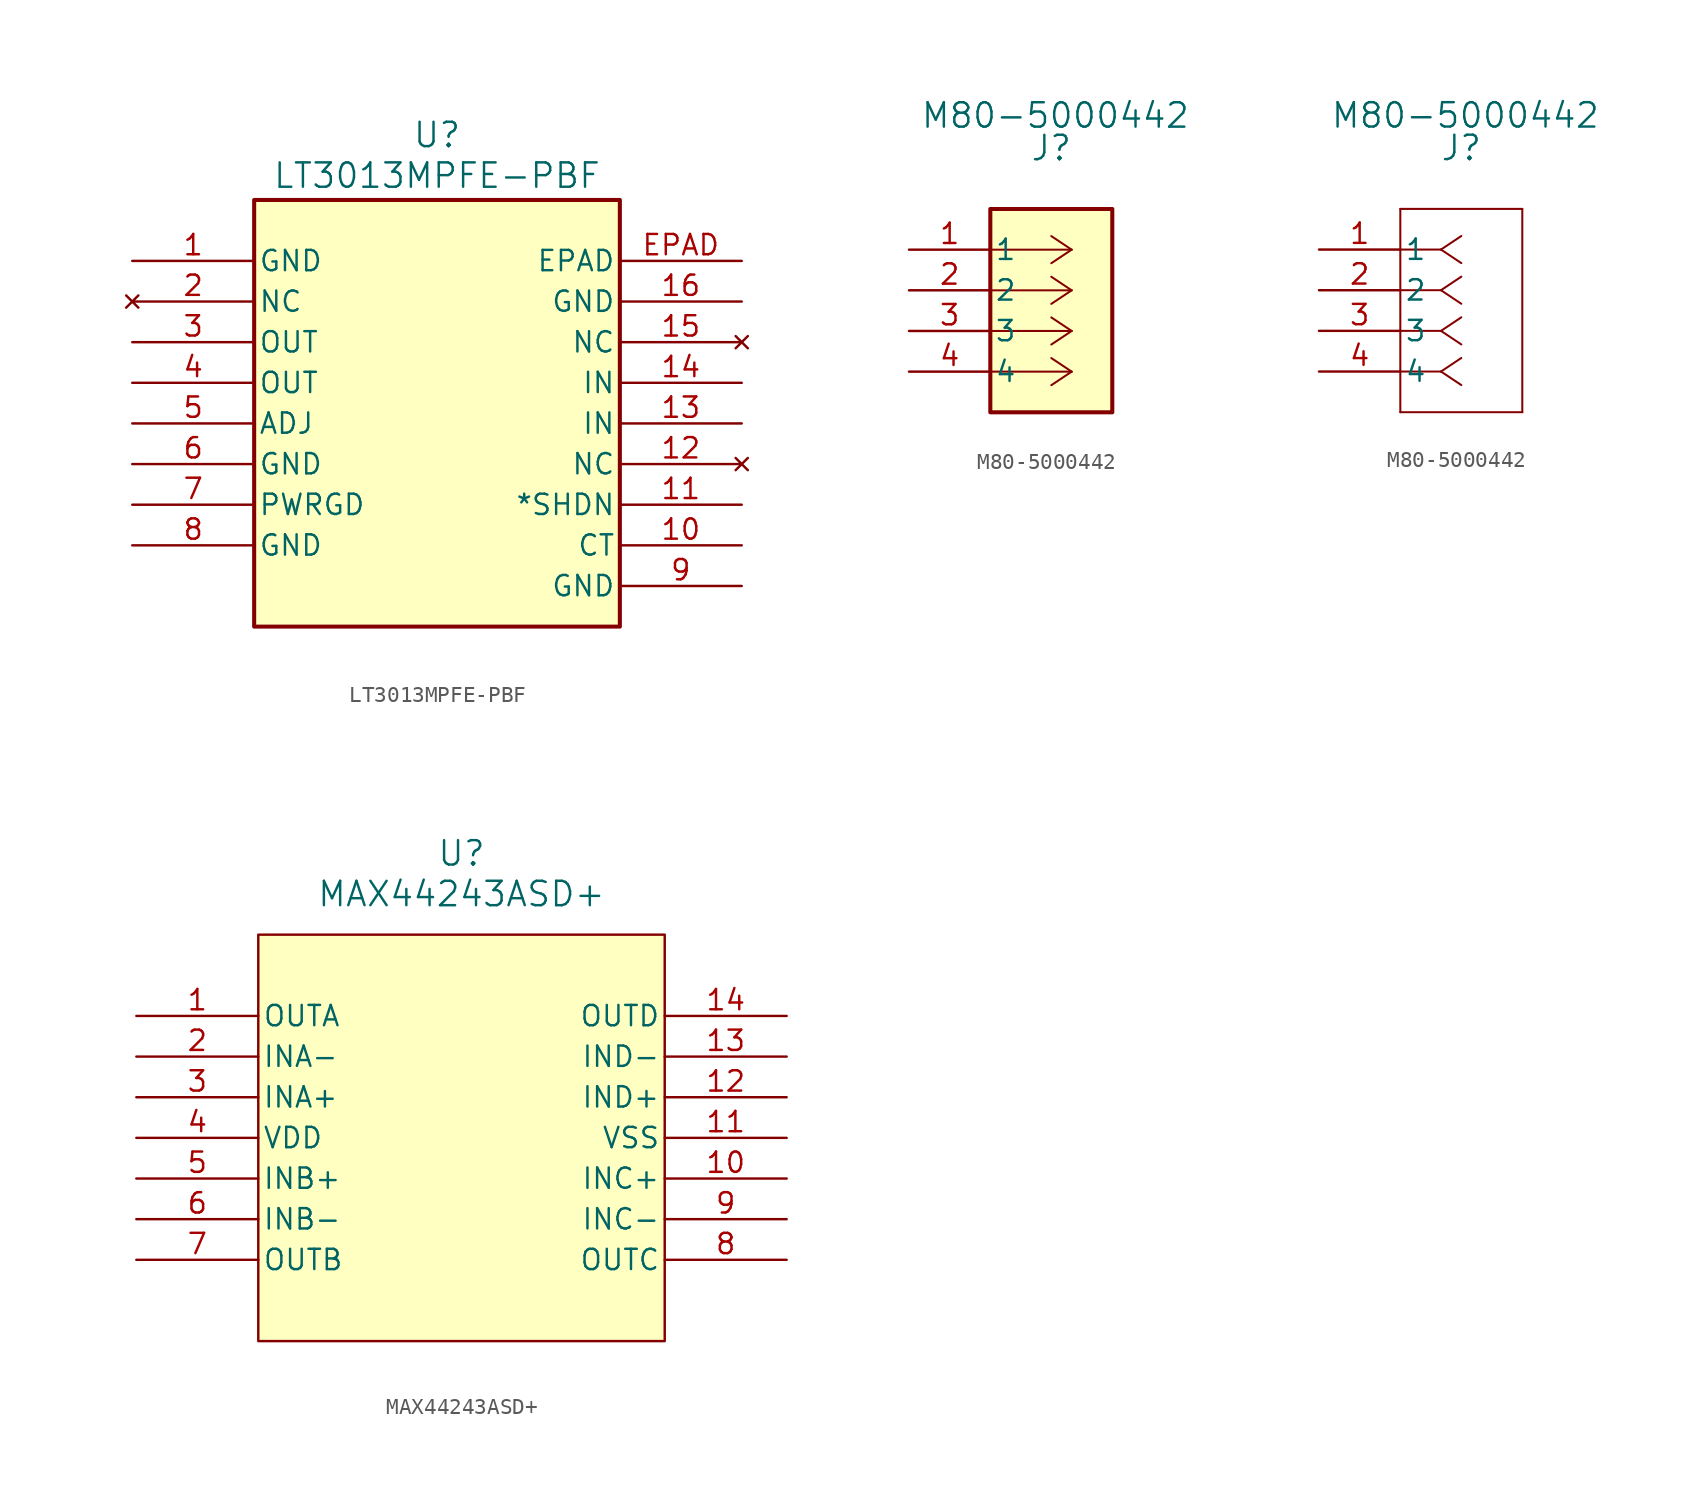
<source format=kicad_sym>
(kicad_symbol_lib
  (version 20241209)
  (generator "kicad_symbol_editor")
  (generator_version "9.0")
  (symbol "LT3013MPFE-PBF"
    (pin_names
      (offset 0.254))
    (property "Reference" "U"
      (at 36.83 35.814 0)
      (effects (font (size 1.524 1.524))))
    (property "Value" "LT3013MPFE-PBF"
      (at 36.83 33.274 0)
      (effects (font (size 1.524 1.524))))
    (symbol "LT3013MPFE-PBF_0_1"
      (pin power_in line (at 17.78 27.94 0) (length 7.62) (name "GND" (effects (font (size 1.27 1.27)))) (number "1" (effects (font (size 1.27 1.27)))))
      (pin no_connect line (at 17.78 25.4 0) (length 7.62) (name "NC" (effects (font (size 1.27 1.27)))) (number "2" (effects (font (size 1.27 1.27)))))
      (pin input line (at 17.78 17.78 0) (length 7.62) (name "ADJ" (effects (font (size 1.27 1.27)))) (number "5" (effects (font (size 1.27 1.27)))))
      (pin power_in line (at 17.78 15.24 0) (length 7.62) (name "GND" (effects (font (size 1.27 1.27)))) (number "6" (effects (font (size 1.27 1.27)))))
      (pin power_in line (at 17.78 10.16 0) (length 7.62) (name "GND" (effects (font (size 1.27 1.27)))) (number "8" (effects (font (size 1.27 1.27)))))
      (pin power_in line (at 55.88 25.4 180) (length 7.62) (name "GND" (effects (font (size 1.27 1.27)))) (number "16" (effects (font (size 1.27 1.27)))))
      (pin no_connect line (at 55.88 22.86 180) (length 7.62) (name "NC" (effects (font (size 1.27 1.27)))) (number "15" (effects (font (size 1.27 1.27)))))
      (pin input line (at 55.88 20.32 180) (length 7.62) (name "IN" (effects (font (size 1.27 1.27)))) (number "14" (effects (font (size 1.27 1.27)))))
      (pin input line (at 55.88 17.78 180) (length 7.62) (name "IN" (effects (font (size 1.27 1.27)))) (number "13" (effects (font (size 1.27 1.27)))))
      (pin no_connect line (at 55.88 15.24 180) (length 7.62) (name "NC" (effects (font (size 1.27 1.27)))) (number "12" (effects (font (size 1.27 1.27)))))
      (pin power_in line (at 55.88 7.62 180) (length 7.62) (name "GND" (effects (font (size 1.27 1.27)))) (number "9" (effects (font (size 1.27 1.27))))))
    (symbol "LT3013MPFE-PBF_1_1"
      (rectangle (start 25.4 31.75) (end 48.26 5.08) (stroke (width 0.254) (type solid)) (fill (type background)))
      (pin power_out line (at 17.78 22.86 0) (length 7.62) (name "OUT" (effects (font (size 1.27 1.27)))) (number "3" (effects (font (size 1.27 1.27)))))
      (pin power_out line (at 17.78 20.32 0) (length 7.62) (name "OUT" (effects (font (size 1.27 1.27)))) (number "4" (effects (font (size 1.27 1.27)))))
      (pin input line (at 17.78 12.7 0) (length 7.62) (name "PWRGD" (effects (font (size 1.27 1.27)))) (number "7" (effects (font (size 1.27 1.27)))))
      (pin power_in line (at 55.88 27.94 180) (length 7.62) (name "EPAD" (effects (font (size 1.27 1.27)))) (number "EPAD" (effects (font (size 1.27 1.27)))))
      (pin passive line (at 55.88 12.7 180) (length 7.62) (name "*SHDN" (effects (font (size 1.27 1.27)))) (number "11" (effects (font (size 1.27 1.27)))))
      (pin passive line (at 55.88 10.16 180) (length 7.62) (name "CT" (effects (font (size 1.27 1.27)))) (number "10" (effects (font (size 1.27 1.27)))))))
  (symbol "M80-5000442"
    (pin_names
      (offset 0.254))
    (property "Reference" "J"
      (at 8.89 6.35 0)
      (effects (font (size 1.524 1.524))))
    (property "Value" "M80-5000442"
      (at 9.144 8.382 0)
      (effects (font (size 1.524 1.524))))
    (symbol "M80-5000442_1_1"
      (rectangle (start 5.08 2.54) (end 12.7 -10.16) (stroke (width 0.254) (type solid)) (fill (type background)))
      (polyline (pts (xy 10.16 0) (xy 5.08 0)) (stroke (width 0.127) (type default)) (fill (type none)))
      (polyline (pts (xy 10.16 0) (xy 8.89 0.847)) (stroke (width 0.127) (type default)) (fill (type none)))
      (polyline (pts (xy 10.16 0) (xy 8.89 -0.847)) (stroke (width 0.127) (type default)) (fill (type none)))
      (polyline (pts (xy 10.16 -2.54) (xy 5.08 -2.54)) (stroke (width 0.127) (type default)) (fill (type none)))
      (polyline (pts (xy 10.16 -2.54) (xy 8.89 -1.693)) (stroke (width 0.127) (type default)) (fill (type none)))
      (polyline (pts (xy 10.16 -2.54) (xy 8.89 -3.387)) (stroke (width 0.127) (type default)) (fill (type none)))
      (polyline (pts (xy 10.16 -5.08) (xy 5.08 -5.08)) (stroke (width 0.127) (type default)) (fill (type none)))
      (polyline (pts (xy 10.16 -5.08) (xy 8.89 -4.233)) (stroke (width 0.127) (type default)) (fill (type none)))
      (polyline (pts (xy 10.16 -5.08) (xy 8.89 -5.927)) (stroke (width 0.127) (type default)) (fill (type none)))
      (polyline (pts (xy 10.16 -7.62) (xy 5.08 -7.62)) (stroke (width 0.127) (type default)) (fill (type none)))
      (polyline (pts (xy 10.16 -7.62) (xy 8.89 -6.773)) (stroke (width 0.127) (type default)) (fill (type none)))
      (polyline (pts (xy 10.16 -7.62) (xy 8.89 -8.467)) (stroke (width 0.127) (type default)) (fill (type none)))
      (pin unspecified line (at 0 0 0) (length 5.08) (name "1" (effects (font (size 1.27 1.27)))) (number "1" (effects (font (size 1.27 1.27)))))
      (pin unspecified line (at 0 -2.54 0) (length 5.08) (name "2" (effects (font (size 1.27 1.27)))) (number "2" (effects (font (size 1.27 1.27)))))
      (pin unspecified line (at 0 -5.08 0) (length 5.08) (name "3" (effects (font (size 1.27 1.27)))) (number "3" (effects (font (size 1.27 1.27)))))
      (pin unspecified line (at 0 -7.62 0) (length 5.08) (name "4" (effects (font (size 1.27 1.27)))) (number "4" (effects (font (size 1.27 1.27))))))
    (symbol "M80-5000442_1_2"
      (polyline (pts (xy 5.08 2.54) (xy 5.08 -10.16)) (stroke (width 0.127) (type default)) (fill (type none)))
      (polyline (pts (xy 5.08 -10.16) (xy 12.7 -10.16)) (stroke (width 0.127) (type default)) (fill (type none)))
      (polyline (pts (xy 7.62 0) (xy 5.08 0)) (stroke (width 0.127) (type default)) (fill (type none)))
      (polyline (pts (xy 7.62 0) (xy 8.89 0.847)) (stroke (width 0.127) (type default)) (fill (type none)))
      (polyline (pts (xy 7.62 0) (xy 8.89 -0.847)) (stroke (width 0.127) (type default)) (fill (type none)))
      (polyline (pts (xy 7.62 -2.54) (xy 5.08 -2.54)) (stroke (width 0.127) (type default)) (fill (type none)))
      (polyline (pts (xy 7.62 -2.54) (xy 8.89 -1.693)) (stroke (width 0.127) (type default)) (fill (type none)))
      (polyline (pts (xy 7.62 -2.54) (xy 8.89 -3.387)) (stroke (width 0.127) (type default)) (fill (type none)))
      (polyline (pts (xy 7.62 -5.08) (xy 5.08 -5.08)) (stroke (width 0.127) (type default)) (fill (type none)))
      (polyline (pts (xy 7.62 -5.08) (xy 8.89 -4.233)) (stroke (width 0.127) (type default)) (fill (type none)))
      (polyline (pts (xy 7.62 -5.08) (xy 8.89 -5.927)) (stroke (width 0.127) (type default)) (fill (type none)))
      (polyline (pts (xy 7.62 -7.62) (xy 5.08 -7.62)) (stroke (width 0.127) (type default)) (fill (type none)))
      (polyline (pts (xy 7.62 -7.62) (xy 8.89 -6.773)) (stroke (width 0.127) (type default)) (fill (type none)))
      (polyline (pts (xy 7.62 -7.62) (xy 8.89 -8.467)) (stroke (width 0.127) (type default)) (fill (type none)))
      (polyline (pts (xy 12.7 2.54) (xy 5.08 2.54)) (stroke (width 0.127) (type default)) (fill (type none)))
      (polyline (pts (xy 12.7 -10.16) (xy 12.7 2.54)) (stroke (width 0.127) (type default)) (fill (type none)))
      (pin unspecified line (at 0 0 0) (length 5.08) (name "1" (effects (font (size 1.27 1.27)))) (number "1" (effects (font (size 1.27 1.27)))))
      (pin unspecified line (at 0 -2.54 0) (length 5.08) (name "2" (effects (font (size 1.27 1.27)))) (number "2" (effects (font (size 1.27 1.27)))))
      (pin unspecified line (at 0 -5.08 0) (length 5.08) (name "3" (effects (font (size 1.27 1.27)))) (number "3" (effects (font (size 1.27 1.27)))))
      (pin unspecified line (at 0 -7.62 0) (length 5.08) (name "4" (effects (font (size 1.27 1.27)))) (number "4" (effects (font (size 1.27 1.27)))))))
  (symbol "MAX44243ASD+"
    (pin_names
      (offset 0.254))
    (property "Reference" "U"
      (at 20.32 10.16 0)
      (effects (font (size 1.524 1.524))))
    (property "Value" "MAX44243ASD+"
      (at 20.32 7.62 0)
      (effects (font (size 1.524 1.524))))
    (symbol "MAX44243ASD+_0_1"
      (pin output line (at 0 0 0) (length 7.62) (name "OUTA" (effects (font (size 1.27 1.27)))) (number "1" (effects (font (size 1.27 1.27)))))
      (pin power_in line (at 0 -7.62 0) (length 7.62) (name "VDD" (effects (font (size 1.27 1.27)))) (number "4" (effects (font (size 1.27 1.27)))))
      (pin output line (at 0 -15.24 0) (length 7.62) (name "OUTB" (effects (font (size 1.27 1.27)))) (number "7" (effects (font (size 1.27 1.27)))))
      (pin output line (at 40.64 0 180) (length 7.62) (name "OUTD" (effects (font (size 1.27 1.27)))) (number "14" (effects (font (size 1.27 1.27)))))
      (pin output line (at 40.64 -15.24 180) (length 7.62) (name "OUTC" (effects (font (size 1.27 1.27)))) (number "8" (effects (font (size 1.27 1.27))))))
    (symbol "MAX44243ASD+_1_1"
      (rectangle (start 7.62 5.08) (end 33.02 -20.32) (stroke (width 0) (type default)) (fill (type background)))
      (pin passive line (at 0 -2.54 0) (length 7.62) (name "INA-" (effects (font (size 1.27 1.27)))) (number "2" (effects (font (size 1.27 1.27)))))
      (pin passive line (at 0 -5.08 0) (length 7.62) (name "INA+" (effects (font (size 1.27 1.27)))) (number "3" (effects (font (size 1.27 1.27)))))
      (pin passive line (at 0 -10.16 0) (length 7.62) (name "INB+" (effects (font (size 1.27 1.27)))) (number "5" (effects (font (size 1.27 1.27)))))
      (pin passive line (at 0 -12.7 0) (length 7.62) (name "INB-" (effects (font (size 1.27 1.27)))) (number "6" (effects (font (size 1.27 1.27)))))
      (pin passive line (at 40.64 -2.54 180) (length 7.62) (name "IND-" (effects (font (size 1.27 1.27)))) (number "13" (effects (font (size 1.27 1.27)))))
      (pin passive line (at 40.64 -5.08 180) (length 7.62) (name "IND+" (effects (font (size 1.27 1.27)))) (number "12" (effects (font (size 1.27 1.27)))))
      (pin power_in line (at 40.64 -7.62 180) (length 7.62) (name "VSS" (effects (font (size 1.27 1.27)))) (number "11" (effects (font (size 1.27 1.27)))))
      (pin passive line (at 40.64 -10.16 180) (length 7.62) (name "INC+" (effects (font (size 1.27 1.27)))) (number "10" (effects (font (size 1.27 1.27)))))
      (pin passive line (at 40.64 -12.7 180) (length 7.62) (name "INC-" (effects (font (size 1.27 1.27)))) (number "9" (effects (font (size 1.27 1.27))))))))
</source>
